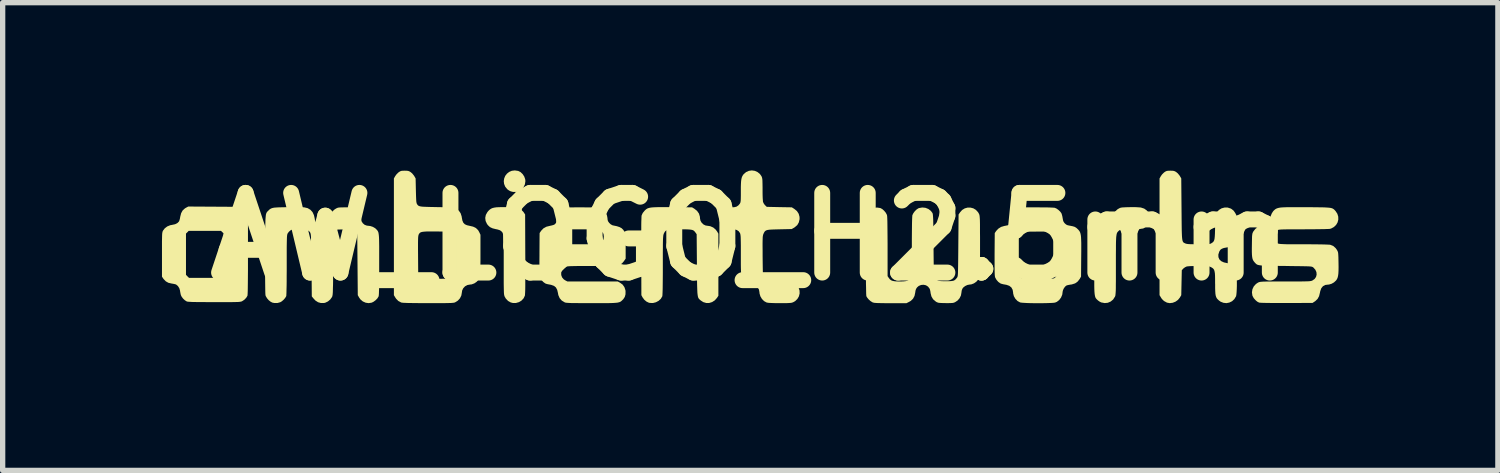
<source format=kicad_pcb>
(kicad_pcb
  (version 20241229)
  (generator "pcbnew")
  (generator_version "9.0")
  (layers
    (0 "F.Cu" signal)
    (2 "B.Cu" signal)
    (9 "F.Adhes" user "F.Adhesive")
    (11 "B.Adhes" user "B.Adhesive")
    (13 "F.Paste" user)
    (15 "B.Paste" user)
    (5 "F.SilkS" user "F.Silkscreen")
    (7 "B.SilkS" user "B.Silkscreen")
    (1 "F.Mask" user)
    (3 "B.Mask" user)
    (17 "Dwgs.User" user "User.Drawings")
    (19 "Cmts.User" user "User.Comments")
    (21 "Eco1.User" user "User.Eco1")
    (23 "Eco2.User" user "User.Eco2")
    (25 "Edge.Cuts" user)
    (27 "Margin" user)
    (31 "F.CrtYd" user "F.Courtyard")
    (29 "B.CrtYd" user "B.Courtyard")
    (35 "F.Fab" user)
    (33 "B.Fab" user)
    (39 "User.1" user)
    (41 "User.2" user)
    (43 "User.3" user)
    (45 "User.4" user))
  (footprint "AW_LOGO_H2.5mm"
    (layer "F.Cu")
    (at 11.075 1.404)
    (property "Reference" "AW_LOGO_H2.5mm" (at 0 0 0) (layer "F.SilkS") (effects (font (size 1.5 1.5) (thickness 0.3))))
    (attr board_only exclude_from_pos_files exclude_from_bom)
    (fp_poly (pts (xy -4.37 -1.236) (xy -4.368 -1.236) (xy -4.324 -1.214) (xy -4.285 -1.177) (xy -4.254 -1.131) (xy -4.236 -1.08) (xy -4.232 -1.044) (xy -4.241 -0.983) (xy -4.266 -0.93) (xy -4.303 -0.887) (xy -4.351 -0.857) (xy -4.405 -0.84) (xy -4.465 -0.84) (xy -4.508 -0.851) (xy -4.54 -0.867) (xy -4.571 -0.889) (xy -4.573 -0.891) (xy -4.612 -0.939) (xy -4.633 -0.991) (xy -4.639 -1.044) (xy -4.631 -1.095) (xy -4.611 -1.143) (xy -4.579 -1.184) (xy -4.537 -1.217) (xy -4.488 -1.238) (xy -4.431 -1.245)) (stroke (width 0) (type solid)) (fill yes) (layer "F.SilkS"))
    (fp_poly (pts (xy -4.573 -0.553) (xy -4.508 -0.552) (xy -4.458 -0.55) (xy -4.422 -0.549) (xy -4.396 -0.546) (xy -4.377 -0.542) (xy -4.361 -0.536) (xy -4.346 -0.528) (xy -4.336 -0.522) (xy -4.303 -0.498) (xy -4.274 -0.469) (xy -4.263 -0.455) (xy -4.237 -0.415) (xy -4.234 0.33) (xy -4.233 0.487) (xy -4.233 0.626) (xy -4.233 0.746) (xy -4.234 0.848) (xy -4.234 0.933) (xy -4.235 1.001) (xy -4.237 1.052) (xy -4.239 1.088) (xy -4.241 1.108) (xy -4.241 1.112) (xy -4.266 1.164) (xy -4.305 1.206) (xy -4.353 1.235) (xy -4.409 1.251) (xy -4.468 1.251) (xy -4.508 1.241) (xy -4.558 1.213) (xy -4.6 1.169) (xy -4.621 1.133) (xy -4.625 1.124) (xy -4.628 1.114) (xy -4.631 1.102) (xy -4.634 1.085) (xy -4.636 1.062) (xy -4.637 1.033) (xy -4.638 0.994) (xy -4.639 0.945) (xy -4.64 0.884) (xy -4.64 0.809) (xy -4.64 0.719) (xy -4.64 0.612) (xy -4.64 0.531) (xy -4.64 0.41) (xy -4.64 0.306) (xy -4.641 0.219) (xy -4.641 0.147) (xy -4.642 0.087) (xy -4.644 0.04) (xy -4.646 0.002) (xy -4.65 -0.026) (xy -4.654 -0.048) (xy -4.659 -0.065) (xy -4.665 -0.077) (xy -4.673 -0.087) (xy -4.682 -0.096) (xy -4.691 -0.105) (xy -4.718 -0.121) (xy -4.761 -0.134) (xy -4.788 -0.139) (xy -4.851 -0.155) (xy -4.9 -0.178) (xy -4.937 -0.213) (xy -4.955 -0.237) (xy -4.981 -0.293) (xy -4.988 -0.351) (xy -4.977 -0.407) (xy -4.947 -0.461) (xy -4.924 -0.488) (xy -4.901 -0.509) (xy -4.877 -0.525) (xy -4.849 -0.537) (xy -4.816 -0.545) (xy -4.773 -0.551) (xy -4.719 -0.553) (xy -4.65 -0.554)) (stroke (width 0) (type solid)) (fill yes) (layer "F.SilkS"))
    (fp_poly (pts (xy 7.266 -0.553) (xy 7.316 -0.55) (xy 7.353 -0.547) (xy 7.359 -0.546) (xy 7.42 -0.526) (xy 7.469 -0.491) (xy 7.505 -0.446) (xy 7.527 -0.391) (xy 7.532 -0.331) (xy 7.52 -0.269) (xy 7.504 -0.239) (xy 7.475 -0.205) (xy 7.441 -0.175) (xy 7.407 -0.154) (xy 7.405 -0.153) (xy 7.386 -0.149) (xy 7.351 -0.146) (xy 7.302 -0.142) (xy 7.242 -0.139) (xy 7.173 -0.137) (xy 7.104 -0.135) (xy 7.053 -0.133) (xy 7.015 -0.131) (xy 6.989 -0.129) (xy 6.97 -0.125) (xy 6.958 -0.12) (xy 6.948 -0.114) (xy 6.94 -0.107) (xy 6.93 -0.097) (xy 6.92 -0.087) (xy 6.913 -0.076) (xy 6.906 -0.062) (xy 6.901 -0.044) (xy 6.897 -0.019) (xy 6.893 0.012) (xy 6.891 0.053) (xy 6.889 0.104) (xy 6.888 0.168) (xy 6.888 0.245) (xy 6.887 0.337) (xy 6.887 0.446) (xy 6.887 0.537) (xy 6.887 0.656) (xy 6.887 0.757) (xy 6.887 0.841) (xy 6.886 0.911) (xy 6.886 0.968) (xy 6.885 1.013) (xy 6.883 1.048) (xy 6.881 1.075) (xy 6.879 1.095) (xy 6.877 1.111) (xy 6.874 1.122) (xy 6.87 1.131) (xy 6.869 1.133) (xy 6.835 1.186) (xy 6.789 1.224) (xy 6.735 1.247) (xy 6.676 1.253) (xy 6.614 1.241) (xy 6.611 1.241) (xy 6.58 1.225) (xy 6.548 1.202) (xy 6.541 1.195) (xy 6.528 1.183) (xy 6.518 1.172) (xy 6.508 1.159) (xy 6.501 1.145) (xy 6.495 1.126) (xy 6.49 1.102) (xy 6.486 1.071) (xy 6.483 1.032) (xy 6.481 0.983) (xy 6.48 0.922) (xy 6.48 0.848) (xy 6.48 0.76) (xy 6.48 0.656) (xy 6.481 0.534) (xy 6.481 0.509) (xy 6.484 -0.066) (xy 6.513 -0.109) (xy 6.556 -0.154) (xy 6.612 -0.185) (xy 6.681 -0.202) (xy 6.681 -0.202) (xy 6.737 -0.215) (xy 6.777 -0.236) (xy 6.805 -0.269) (xy 6.822 -0.315) (xy 6.829 -0.355) (xy 6.844 -0.419) (xy 6.872 -0.47) (xy 6.914 -0.51) (xy 6.933 -0.522) (xy 6.951 -0.532) (xy 6.968 -0.54) (xy 6.987 -0.545) (xy 7.012 -0.548) (xy 7.046 -0.55) (xy 7.094 -0.552) (xy 7.14 -0.553) (xy 7.205 -0.554)) (stroke (width 0) (type solid)) (fill yes) (layer "F.SilkS"))
    (fp_poly (pts (xy -10.082 -0.562) (xy -9.584 -0.559) (xy -9.542 -0.53) (xy -9.512 -0.503) (xy -9.486 -0.47) (xy -9.478 -0.458) (xy -9.456 -0.415) (xy -9.456 0.337) (xy -9.456 0.499) (xy -9.456 0.642) (xy -9.457 0.765) (xy -9.458 0.87) (xy -9.459 0.956) (xy -9.46 1.024) (xy -9.462 1.073) (xy -9.464 1.104) (xy -9.466 1.116) (xy -9.489 1.154) (xy -9.525 1.191) (xy -9.565 1.217) (xy -9.574 1.221) (xy -9.584 1.225) (xy -9.598 1.227) (xy -9.616 1.23) (xy -9.641 1.232) (xy -9.675 1.233) (xy -9.718 1.234) (xy -9.773 1.235) (xy -9.841 1.235) (xy -9.924 1.235) (xy -10.025 1.235) (xy -10.09 1.235) (xy -10.206 1.235) (xy -10.303 1.234) (xy -10.385 1.234) (xy -10.451 1.233) (xy -10.503 1.232) (xy -10.544 1.23) (xy -10.573 1.228) (xy -10.594 1.226) (xy -10.607 1.223) (xy -10.609 1.222) (xy -10.644 1.2) (xy -10.678 1.168) (xy -10.705 1.132) (xy -10.72 1.1) (xy -10.727 1.068) (xy -10.734 1.03) (xy -10.735 1.019) (xy -10.749 0.972) (xy -10.776 0.931) (xy -10.81 0.903) (xy -10.83 0.897) (xy -10.862 0.89) (xy -10.893 0.885) (xy -10.954 0.871) (xy -11.002 0.844) (xy -11.043 0.802) (xy -11.049 0.794) (xy -11.075 0.756) (xy -11.075 0.721) (xy -10.623 0.721) (xy -10.595 0.75) (xy -10.566 0.778) (xy -10.268 0.778) (xy -9.97 0.778) (xy -9.941 0.75) (xy -9.913 0.721) (xy -9.913 0.331) (xy -9.913 -0.059) (xy -9.939 -0.083) (xy -9.964 -0.107) (xy -10.268 -0.107) (xy -10.572 -0.107) (xy -10.597 -0.081) (xy -10.623 -0.056) (xy -10.623 0.333) (xy -10.623 0.721) (xy -11.075 0.721) (xy -11.075 0.341) (xy -11.075 0.241) (xy -11.075 0.157) (xy -11.075 0.09) (xy -11.074 0.036) (xy -11.073 -0.006) (xy -11.072 -0.038) (xy -11.07 -0.062) (xy -11.067 -0.079) (xy -11.064 -0.092) (xy -11.06 -0.103) (xy -11.055 -0.112) (xy -11.022 -0.155) (xy -10.976 -0.19) (xy -10.92 -0.213) (xy -10.887 -0.219) (xy -10.828 -0.232) (xy -10.782 -0.256) (xy -10.755 -0.284) (xy -10.746 -0.306) (xy -10.737 -0.339) (xy -10.731 -0.374) (xy -10.714 -0.44) (xy -10.686 -0.491) (xy -10.643 -0.53) (xy -10.623 -0.542) (xy -10.58 -0.565)) (stroke (width 0) (type solid)) (fill yes) (layer "F.SilkS"))
    (fp_poly (pts (xy -1.601 -0.554) (xy -1.502 -0.553) (xy -1.462 -0.553) (xy -1.094 -0.55) (xy -1.051 -0.524) (xy -1 -0.484) (xy -0.964 -0.433) (xy -0.946 -0.374) (xy -0.944 -0.341) (xy -0.935 -0.298) (xy -0.912 -0.259) (xy -0.878 -0.227) (xy -0.839 -0.208) (xy -0.812 -0.204) (xy -0.752 -0.195) (xy -0.695 -0.17) (xy -0.648 -0.13) (xy -0.622 -0.095) (xy -0.598 -0.054) (xy -0.598 0.531) (xy -0.598 1.115) (xy -0.625 1.156) (xy -0.666 1.202) (xy -0.716 1.234) (xy -0.771 1.251) (xy -0.827 1.251) (xy -0.882 1.235) (xy -0.93 1.204) (xy -0.943 1.193) (xy -0.955 1.182) (xy -0.965 1.171) (xy -0.973 1.159) (xy -0.98 1.143) (xy -0.985 1.122) (xy -0.989 1.095) (xy -0.993 1.06) (xy -0.995 1.015) (xy -0.997 0.96) (xy -0.999 0.891) (xy -1 0.809) (xy -1.001 0.711) (xy -1.001 0.596) (xy -1.002 0.535) (xy -1.007 -0.044) (xy -1.03 -0.076) (xy -1.044 -0.094) (xy -1.058 -0.108) (xy -1.075 -0.119) (xy -1.098 -0.126) (xy -1.129 -0.131) (xy -1.171 -0.134) (xy -1.226 -0.136) (xy -1.297 -0.136) (xy -1.325 -0.136) (xy -1.404 -0.136) (xy -1.466 -0.135) (xy -1.513 -0.131) (xy -1.549 -0.126) (xy -1.574 -0.118) (xy -1.593 -0.105) (xy -1.607 -0.089) (xy -1.619 -0.068) (xy -1.625 -0.056) (xy -1.629 -0.046) (xy -1.632 -0.035) (xy -1.635 -0.022) (xy -1.637 -0.003) (xy -1.639 0.021) (xy -1.641 0.053) (xy -1.642 0.094) (xy -1.643 0.146) (xy -1.643 0.211) (xy -1.644 0.289) (xy -1.644 0.384) (xy -1.644 0.495) (xy -1.644 0.542) (xy -1.644 0.681) (xy -1.645 0.801) (xy -1.646 0.903) (xy -1.647 0.986) (xy -1.649 1.05) (xy -1.651 1.095) (xy -1.653 1.12) (xy -1.654 1.125) (xy -1.682 1.173) (xy -1.724 1.211) (xy -1.775 1.238) (xy -1.831 1.252) (xy -1.889 1.25) (xy -1.91 1.245) (xy -1.953 1.224) (xy -1.993 1.19) (xy -2.024 1.148) (xy -2.026 1.145) (xy -2.048 1.104) (xy -2.05 0.372) (xy -2.051 0.218) (xy -2.051 0.084) (xy -2.051 -0.033) (xy -2.05 -0.132) (xy -2.05 -0.215) (xy -2.049 -0.282) (xy -2.047 -0.333) (xy -2.046 -0.371) (xy -2.044 -0.394) (xy -2.042 -0.402) (xy -2.022 -0.444) (xy -1.986 -0.488) (xy -1.986 -0.488) (xy -1.969 -0.504) (xy -1.953 -0.517) (xy -1.935 -0.528) (xy -1.913 -0.536) (xy -1.886 -0.543) (xy -1.851 -0.548) (xy -1.807 -0.551) (xy -1.752 -0.553) (xy -1.684 -0.554)) (stroke (width 0) (type solid)) (fill yes) (layer "F.SilkS"))
    (fp_poly (pts (xy -6.464 -1.239) (xy -6.436 -1.235) (xy -6.412 -1.225) (xy -6.394 -1.214) (xy -6.364 -1.189) (xy -6.337 -1.156) (xy -6.326 -1.141) (xy -6.299 -1.094) (xy -6.294 -0.865) (xy -6.292 -0.791) (xy -6.29 -0.733) (xy -6.288 -0.69) (xy -6.286 -0.659) (xy -6.282 -0.637) (xy -6.278 -0.621) (xy -6.272 -0.611) (xy -6.272 -0.61) (xy -6.263 -0.597) (xy -6.253 -0.586) (xy -6.241 -0.578) (xy -6.223 -0.571) (xy -6.2 -0.566) (xy -6.167 -0.562) (xy -6.123 -0.56) (xy -6.066 -0.558) (xy -5.994 -0.556) (xy -5.905 -0.555) (xy -5.895 -0.554) (xy -5.579 -0.55) (xy -5.533 -0.522) (xy -5.484 -0.485) (xy -5.451 -0.437) (xy -5.432 -0.378) (xy -5.429 -0.357) (xy -5.418 -0.3) (xy -5.4 -0.259) (xy -5.372 -0.231) (xy -5.332 -0.213) (xy -5.284 -0.202) (xy -5.216 -0.186) (xy -5.163 -0.16) (xy -5.123 -0.121) (xy -5.102 -0.085) (xy -5.078 -0.034) (xy -5.078 0.345) (xy -5.078 0.449) (xy -5.079 0.54) (xy -5.081 0.617) (xy -5.082 0.68) (xy -5.084 0.726) (xy -5.087 0.754) (xy -5.088 0.761) (xy -5.111 0.809) (xy -5.147 0.85) (xy -5.193 0.882) (xy -5.244 0.901) (xy -5.273 0.904) (xy -5.324 0.913) (xy -5.368 0.937) (xy -5.402 0.973) (xy -5.423 1.017) (xy -5.428 1.053) (xy -5.438 1.11) (xy -5.464 1.163) (xy -5.504 1.207) (xy -5.55 1.236) (xy -5.56 1.241) (xy -5.571 1.244) (xy -5.587 1.247) (xy -5.607 1.249) (xy -5.634 1.251) (xy -5.67 1.252) (xy -5.716 1.253) (xy -5.774 1.254) (xy -5.846 1.254) (xy -5.934 1.254) (xy -6.039 1.254) (xy -6.065 1.254) (xy -6.187 1.254) (xy -6.29 1.253) (xy -6.376 1.252) (xy -6.445 1.251) (xy -6.498 1.249) (xy -6.537 1.247) (xy -6.561 1.244) (xy -6.571 1.242) (xy -6.624 1.214) (xy -6.664 1.174) (xy -6.681 1.149) (xy -6.708 1.104) (xy -6.708 0.171) (xy -6.254 0.171) (xy -6.254 0.246) (xy -6.253 0.339) (xy -6.253 0.366) (xy -6.25 0.741) (xy -6.218 0.77) (xy -6.186 0.798) (xy -5.884 0.796) (xy -5.582 0.793) (xy -5.559 0.766) (xy -5.535 0.738) (xy -5.535 0.355) (xy -5.535 -0.029) (xy -5.564 -0.061) (xy -5.592 -0.092) (xy -5.874 -0.095) (xy -5.964 -0.096) (xy -6.037 -0.096) (xy -6.095 -0.095) (xy -6.139 -0.092) (xy -6.172 -0.088) (xy -6.196 -0.082) (xy -6.214 -0.073) (xy -6.226 -0.062) (xy -6.236 -0.047) (xy -6.24 -0.04) (xy -6.244 -0.03) (xy -6.247 -0.017) (xy -6.25 0.002) (xy -6.252 0.029) (xy -6.253 0.064) (xy -6.254 0.111) (xy -6.254 0.171) (xy -6.708 0.171) (xy -6.708 0.005) (xy -6.708 -1.094) (xy -6.683 -1.138) (xy -6.66 -1.17) (xy -6.629 -1.201) (xy -6.617 -1.211) (xy -6.592 -1.227) (xy -6.569 -1.236) (xy -6.542 -1.239) (xy -6.504 -1.24)) (stroke (width 0) (type solid)) (fill yes) (layer "F.SilkS"))
    (fp_poly (pts (xy 7.953 -1.239) (xy 7.981 -1.235) (xy 8.005 -1.225) (xy 8.023 -1.214) (xy 8.053 -1.189) (xy 8.08 -1.156) (xy 8.091 -1.141) (xy 8.118 -1.094) (xy 8.123 -0.515) (xy 8.124 -0.391) (xy 8.125 -0.284) (xy 8.126 -0.195) (xy 8.127 -0.12) (xy 8.129 -0.059) (xy 8.131 -0.009) (xy 8.134 0.029) (xy 8.138 0.059) (xy 8.143 0.081) (xy 8.149 0.096) (xy 8.156 0.107) (xy 8.165 0.115) (xy 8.176 0.121) (xy 8.188 0.127) (xy 8.194 0.13) (xy 8.209 0.135) (xy 8.227 0.139) (xy 8.254 0.142) (xy 8.29 0.144) (xy 8.338 0.145) (xy 8.403 0.146) (xy 8.441 0.146) (xy 8.511 0.146) (xy 8.565 0.145) (xy 8.605 0.144) (xy 8.634 0.142) (xy 8.654 0.139) (xy 8.669 0.135) (xy 8.681 0.129) (xy 8.684 0.127) (xy 8.704 0.114) (xy 8.719 0.102) (xy 8.73 0.086) (xy 8.739 0.066) (xy 8.745 0.038) (xy 8.749 -0.000396) (xy 8.752 -0.051) (xy 8.754 -0.117) (xy 8.755 -0.18) (xy 8.76 -0.415) (xy 8.787 -0.455) (xy 8.827 -0.5) (xy 8.877 -0.531) (xy 8.933 -0.546) (xy 8.991 -0.546) (xy 9.048 -0.528) (xy 9.064 -0.519) (xy 9.103 -0.488) (xy 9.132 -0.447) (xy 9.137 -0.438) (xy 9.165 -0.385) (xy 9.162 -0.155) (xy 9.159 0.075) (xy 9.131 0.115) (xy 9.096 0.155) (xy 9.055 0.183) (xy 9.001 0.201) (xy 8.972 0.206) (xy 8.919 0.216) (xy 8.882 0.23) (xy 8.855 0.249) (xy 8.837 0.277) (xy 8.833 0.285) (xy 8.816 0.34) (xy 8.818 0.389) (xy 8.836 0.431) (xy 8.871 0.464) (xy 8.921 0.487) (xy 8.963 0.496) (xy 9.031 0.511) (xy 9.085 0.54) (xy 9.125 0.581) (xy 9.149 0.625) (xy 9.155 0.649) (xy 9.159 0.689) (xy 9.162 0.741) (xy 9.164 0.801) (xy 9.165 0.866) (xy 9.165 0.931) (xy 9.163 0.992) (xy 9.16 1.047) (xy 9.156 1.091) (xy 9.151 1.121) (xy 9.149 1.126) (xy 9.117 1.179) (xy 9.075 1.218) (xy 9.024 1.243) (xy 8.969 1.254) (xy 8.913 1.248) (xy 8.859 1.227) (xy 8.826 1.203) (xy 8.805 1.183) (xy 8.788 1.164) (xy 8.776 1.141) (xy 8.767 1.114) (xy 8.761 1.078) (xy 8.758 1.032) (xy 8.756 0.972) (xy 8.756 0.896) (xy 8.755 0.88) (xy 8.755 0.801) (xy 8.754 0.739) (xy 8.751 0.691) (xy 8.745 0.656) (xy 8.737 0.629) (xy 8.725 0.61) (xy 8.709 0.595) (xy 8.688 0.582) (xy 8.677 0.576) (xy 8.661 0.569) (xy 8.645 0.563) (xy 8.626 0.559) (xy 8.6 0.557) (xy 8.564 0.555) (xy 8.516 0.555) (xy 8.452 0.555) (xy 8.444 0.555) (xy 8.383 0.555) (xy 8.326 0.556) (xy 8.278 0.558) (xy 8.241 0.561) (xy 8.22 0.564) (xy 8.22 0.564) (xy 8.19 0.578) (xy 8.161 0.599) (xy 8.156 0.604) (xy 8.128 0.634) (xy 8.123 0.869) (xy 8.118 1.104) (xy 8.091 1.15) (xy 8.056 1.193) (xy 8.01 1.226) (xy 7.957 1.247) (xy 7.902 1.254) (xy 7.851 1.245) (xy 7.846 1.243) (xy 7.793 1.214) (xy 7.754 1.176) (xy 7.736 1.149) (xy 7.709 1.104) (xy 7.709 0.005) (xy 7.709 -1.094) (xy 7.734 -1.138) (xy 7.757 -1.17) (xy 7.788 -1.201) (xy 7.8 -1.211) (xy 7.825 -1.227) (xy 7.848 -1.236) (xy 7.875 -1.239) (xy 7.913 -1.24)) (stroke (width 0) (type solid)) (fill yes) (layer "F.SilkS"))
    (fp_poly (pts (xy 5.475 -0.549) (xy 5.546 -0.549) (xy 5.61 -0.548) (xy 5.663 -0.546) (xy 5.704 -0.544) (xy 5.729 -0.542) (xy 5.733 -0.542) (xy 5.767 -0.528) (xy 5.804 -0.502) (xy 5.838 -0.47) (xy 5.862 -0.437) (xy 5.862 -0.437) (xy 5.87 -0.413) (xy 5.879 -0.378) (xy 5.885 -0.344) (xy 5.892 -0.305) (xy 5.902 -0.278) (xy 5.917 -0.257) (xy 5.927 -0.246) (xy 5.949 -0.227) (xy 5.972 -0.215) (xy 6.005 -0.207) (xy 6.027 -0.203) (xy 6.077 -0.193) (xy 6.114 -0.181) (xy 6.144 -0.162) (xy 6.173 -0.135) (xy 6.18 -0.128) (xy 6.193 -0.112) (xy 6.205 -0.095) (xy 6.214 -0.076) (xy 6.221 -0.053) (xy 6.227 -0.023) (xy 6.231 0.014) (xy 6.233 0.062) (xy 6.235 0.121) (xy 6.235 0.195) (xy 6.235 0.284) (xy 6.234 0.384) (xy 6.231 0.754) (xy 6.207 0.797) (xy 6.168 0.847) (xy 6.119 0.882) (xy 6.056 0.902) (xy 6.039 0.904) (xy 6.003 0.91) (xy 5.972 0.917) (xy 5.955 0.923) (xy 5.931 0.943) (xy 5.908 0.974) (xy 5.892 1.007) (xy 5.885 1.034) (xy 5.877 1.094) (xy 5.854 1.149) (xy 5.819 1.196) (xy 5.775 1.23) (xy 5.743 1.243) (xy 5.72 1.247) (xy 5.68 1.25) (xy 5.628 1.252) (xy 5.566 1.254) (xy 5.497 1.255) (xy 5.425 1.255) (xy 5.352 1.255) (xy 5.282 1.254) (xy 5.218 1.252) (xy 5.162 1.249) (xy 5.119 1.246) (xy 5.09 1.242) (xy 5.084 1.241) (xy 5.035 1.214) (xy 4.995 1.173) (xy 4.966 1.123) (xy 4.952 1.069) (xy 4.952 1.057) (xy 4.943 1.003) (xy 4.919 0.959) (xy 4.88 0.928) (xy 4.826 0.909) (xy 4.802 0.905) (xy 4.764 0.898) (xy 4.73 0.889) (xy 4.712 0.882) (xy 4.674 0.855) (xy 4.64 0.817) (xy 4.616 0.775) (xy 4.611 0.761) (xy 4.608 0.741) (xy 4.605 0.704) (xy 4.604 0.649) (xy 4.603 0.576) (xy 4.603 0.485) (xy 4.603 0.374) (xy 4.603 0.351) (xy 5.059 0.351) (xy 5.059 0.456) (xy 5.06 0.547) (xy 5.061 0.622) (xy 5.063 0.681) (xy 5.065 0.722) (xy 5.067 0.745) (xy 5.069 0.75) (xy 5.077 0.762) (xy 5.087 0.773) (xy 5.101 0.781) (xy 5.121 0.787) (xy 5.15 0.791) (xy 5.189 0.794) (xy 5.24 0.796) (xy 5.306 0.797) (xy 5.389 0.797) (xy 5.417 0.797) (xy 5.502 0.797) (xy 5.571 0.797) (xy 5.624 0.796) (xy 5.664 0.794) (xy 5.693 0.792) (xy 5.713 0.789) (xy 5.726 0.785) (xy 5.729 0.783) (xy 5.753 0.763) (xy 5.768 0.738) (xy 5.771 0.718) (xy 5.774 0.678) (xy 5.776 0.62) (xy 5.777 0.543) (xy 5.778 0.447) (xy 5.778 0.353) (xy 5.778 0.253) (xy 5.778 0.171) (xy 5.777 0.104) (xy 5.775 0.051) (xy 5.772 0.01) (xy 5.767 -0.02) (xy 5.761 -0.042) (xy 5.753 -0.058) (xy 5.742 -0.069) (xy 5.729 -0.077) (xy 5.715 -0.084) (xy 5.701 -0.088) (xy 5.683 -0.091) (xy 5.658 -0.094) (xy 5.623 -0.095) (xy 5.577 -0.096) (xy 5.518 -0.096) (xy 5.442 -0.096) (xy 5.397 -0.095) (xy 5.115 -0.092) (xy 5.087 -0.061) (xy 5.059 -0.029) (xy 5.059 0.351) (xy 4.603 0.351) (xy 4.603 0.33) (xy 4.606 -0.065) (xy 4.633 -0.105) (xy 4.673 -0.148) (xy 4.725 -0.181) (xy 4.785 -0.199) (xy 4.797 -0.201) (xy 4.855 -0.213) (xy 4.898 -0.236) (xy 4.927 -0.27) (xy 4.945 -0.32) (xy 4.952 -0.356) (xy 4.967 -0.42) (xy 4.995 -0.471) (xy 5.038 -0.511) (xy 5.056 -0.522) (xy 5.102 -0.55) (xy 5.399 -0.55)) (stroke (width 0) (type solid)) (fill yes) (layer "F.SilkS"))
    (fp_poly (pts (xy 0.087 -1.237) (xy 0.138 -1.215) (xy 0.183 -1.179) (xy 0.212 -1.138) (xy 0.219 -1.123) (xy 0.224 -1.108) (xy 0.228 -1.089) (xy 0.231 -1.065) (xy 0.232 -1.032) (xy 0.233 -0.986) (xy 0.234 -0.925) (xy 0.234 -0.891) (xy 0.234 -0.827) (xy 0.235 -0.769) (xy 0.237 -0.718) (xy 0.24 -0.678) (xy 0.242 -0.654) (xy 0.243 -0.651) (xy 0.257 -0.621) (xy 0.278 -0.592) (xy 0.283 -0.588) (xy 0.313 -0.559) (xy 0.549 -0.554) (xy 0.785 -0.55) (xy 0.832 -0.52) (xy 0.881 -0.48) (xy 0.914 -0.429) (xy 0.93 -0.371) (xy 0.931 -0.328) (xy 0.917 -0.267) (xy 0.888 -0.216) (xy 0.841 -0.176) (xy 0.83 -0.168) (xy 0.783 -0.141) (xy 0.554 -0.136) (xy 0.475 -0.134) (xy 0.412 -0.132) (xy 0.365 -0.129) (xy 0.329 -0.124) (xy 0.303 -0.116) (xy 0.285 -0.105) (xy 0.272 -0.091) (xy 0.261 -0.072) (xy 0.252 -0.053) (xy 0.247 -0.041) (xy 0.243 -0.028) (xy 0.24 -0.012) (xy 0.237 0.009) (xy 0.236 0.037) (xy 0.235 0.074) (xy 0.234 0.122) (xy 0.234 0.183) (xy 0.235 0.26) (xy 0.235 0.353) (xy 0.235 0.367) (xy 0.236 0.463) (xy 0.237 0.541) (xy 0.238 0.603) (xy 0.239 0.652) (xy 0.24 0.69) (xy 0.242 0.718) (xy 0.245 0.738) (xy 0.248 0.753) (xy 0.252 0.764) (xy 0.257 0.774) (xy 0.26 0.78) (xy 0.275 0.8) (xy 0.291 0.815) (xy 0.311 0.827) (xy 0.339 0.836) (xy 0.376 0.841) (xy 0.426 0.844) (xy 0.489 0.846) (xy 0.567 0.847) (xy 0.645 0.847) (xy 0.706 0.849) (xy 0.753 0.852) (xy 0.79 0.858) (xy 0.818 0.866) (xy 0.84 0.878) (xy 0.861 0.894) (xy 0.877 0.911) (xy 0.912 0.961) (xy 0.93 1.016) (xy 0.932 1.072) (xy 0.918 1.127) (xy 0.889 1.176) (xy 0.846 1.217) (xy 0.812 1.236) (xy 0.797 1.242) (xy 0.78 1.247) (xy 0.757 1.25) (xy 0.726 1.252) (xy 0.685 1.254) (xy 0.629 1.254) (xy 0.559 1.254) (xy 0.48 1.254) (xy 0.417 1.252) (xy 0.37 1.25) (xy 0.336 1.247) (xy 0.312 1.242) (xy 0.306 1.24) (xy 0.261 1.215) (xy 0.222 1.175) (xy 0.193 1.126) (xy 0.177 1.072) (xy 0.175 1.048) (xy 0.166 0.998) (xy 0.141 0.957) (xy 0.101 0.927) (xy 0.046 0.908) (xy 0.026 0.905) (xy -0.031 0.894) (xy -0.075 0.875) (xy -0.111 0.847) (xy -0.124 0.831) (xy -0.136 0.816) (xy -0.147 0.8) (xy -0.155 0.783) (xy -0.161 0.761) (xy -0.166 0.734) (xy -0.17 0.698) (xy -0.172 0.653) (xy -0.174 0.597) (xy -0.175 0.526) (xy -0.175 0.44) (xy -0.175 0.346) (xy -0.175 0.248) (xy -0.175 0.169) (xy -0.176 0.105) (xy -0.177 0.054) (xy -0.178 0.015) (xy -0.18 -0.014) (xy -0.183 -0.035) (xy -0.186 -0.05) (xy -0.19 -0.062) (xy -0.191 -0.065) (xy -0.216 -0.1) (xy -0.251 -0.123) (xy -0.301 -0.137) (xy -0.322 -0.14) (xy -0.367 -0.146) (xy -0.4 -0.157) (xy -0.43 -0.176) (xy -0.46 -0.203) (xy -0.497 -0.251) (xy -0.517 -0.307) (xy -0.518 -0.369) (xy -0.515 -0.389) (xy -0.494 -0.443) (xy -0.458 -0.488) (xy -0.41 -0.524) (xy -0.353 -0.547) (xy -0.291 -0.554) (xy -0.256 -0.563) (xy -0.222 -0.586) (xy -0.196 -0.616) (xy -0.189 -0.629) (xy -0.183 -0.642) (xy -0.18 -0.66) (xy -0.177 -0.685) (xy -0.176 -0.719) (xy -0.175 -0.767) (xy -0.175 -0.831) (xy -0.175 -0.85) (xy -0.175 -0.932) (xy -0.173 -0.996) (xy -0.17 -1.046) (xy -0.164 -1.085) (xy -0.156 -1.116) (xy -0.145 -1.141) (xy -0.13 -1.164) (xy -0.12 -1.176) (xy -0.076 -1.214) (xy -0.024 -1.237) (xy 0.032 -1.245)) (stroke (width 0) (type solid)) (fill yes) (layer "F.SilkS"))
    (fp_poly (pts (xy -3.095 -0.549) (xy -3.024 -0.549) (xy -2.96 -0.548) (xy -2.907 -0.546) (xy -2.866 -0.544) (xy -2.841 -0.542) (xy -2.837 -0.542) (xy -2.799 -0.526) (xy -2.761 -0.496) (xy -2.727 -0.458) (xy -2.703 -0.416) (xy -2.696 -0.397) (xy -2.689 -0.362) (xy -2.685 -0.33) (xy -2.685 -0.322) (xy -2.677 -0.29) (xy -2.655 -0.258) (xy -2.625 -0.23) (xy -2.592 -0.212) (xy -2.579 -0.209) (xy -2.511 -0.195) (xy -2.459 -0.178) (xy -2.419 -0.156) (xy -2.389 -0.126) (xy -2.364 -0.088) (xy -2.363 -0.086) (xy -2.357 -0.073) (xy -2.353 -0.058) (xy -2.349 -0.039) (xy -2.347 -0.012) (xy -2.346 0.025) (xy -2.345 0.074) (xy -2.345 0.138) (xy -2.344 0.183) (xy -2.344 0.416) (xy -2.376 0.463) (xy -2.41 0.503) (xy -2.45 0.532) (xy -2.451 0.532) (xy -2.493 0.554) (xy -2.966 0.555) (xy -3.075 0.555) (xy -3.166 0.555) (xy -3.241 0.555) (xy -3.301 0.556) (xy -3.35 0.557) (xy -3.387 0.558) (xy -3.416 0.56) (xy -3.438 0.562) (xy -3.454 0.565) (xy -3.466 0.568) (xy -3.477 0.572) (xy -3.48 0.573) (xy -3.52 0.601) (xy -3.546 0.638) (xy -3.558 0.681) (xy -3.557 0.726) (xy -3.541 0.769) (xy -3.511 0.805) (xy -3.483 0.824) (xy -3.441 0.846) (xy -2.967 0.846) (xy -2.493 0.846) (xy -2.451 0.869) (xy -2.401 0.905) (xy -2.367 0.954) (xy -2.348 1.012) (xy -2.346 1.03) (xy -2.347 1.089) (xy -2.361 1.138) (xy -2.388 1.179) (xy -2.396 1.187) (xy -2.41 1.201) (xy -2.424 1.214) (xy -2.437 1.224) (xy -2.454 1.233) (xy -2.474 1.239) (xy -2.5 1.245) (xy -2.534 1.248) (xy -2.576 1.251) (xy -2.63 1.253) (xy -2.696 1.254) (xy -2.777 1.254) (xy -2.874 1.254) (xy -2.982 1.254) (xy -3.093 1.254) (xy -3.187 1.254) (xy -3.264 1.253) (xy -3.327 1.253) (xy -3.377 1.252) (xy -3.416 1.25) (xy -3.445 1.248) (xy -3.466 1.246) (xy -3.482 1.243) (xy -3.492 1.24) (xy -3.492 1.239) (xy -3.547 1.206) (xy -3.587 1.16) (xy -3.612 1.102) (xy -3.619 1.063) (xy -3.633 1.004) (xy -3.657 0.959) (xy -3.694 0.929) (xy -3.746 0.91) (xy -3.771 0.905) (xy -3.809 0.898) (xy -3.843 0.889) (xy -3.859 0.882) (xy -3.896 0.855) (xy -3.93 0.817) (xy -3.954 0.775) (xy -3.959 0.761) (xy -3.963 0.741) (xy -3.965 0.703) (xy -3.967 0.647) (xy -3.968 0.572) (xy -3.968 0.479) (xy -3.967 0.367) (xy -3.967 0.329) (xy -3.965 -0.007) (xy -3.559 -0.007) (xy -3.554 0.039) (xy -3.535 0.082) (xy -3.5 0.117) (xy -3.46 0.146) (xy -3.158 0.146) (xy -3.073 0.146) (xy -3.005 0.146) (xy -2.952 0.145) (xy -2.912 0.144) (xy -2.882 0.142) (xy -2.861 0.14) (xy -2.845 0.136) (xy -2.834 0.132) (xy -2.824 0.127) (xy -2.823 0.127) (xy -2.784 0.093) (xy -2.761 0.052) (xy -2.755 -0.000053) (xy -2.756 -0.009) (xy -2.76 -0.042) (xy -2.769 -0.065) (xy -2.787 -0.087) (xy -2.8 -0.099) (xy -2.84 -0.136) (xy -3.147 -0.136) (xy -3.236 -0.136) (xy -3.308 -0.136) (xy -3.364 -0.135) (xy -3.406 -0.133) (xy -3.438 -0.131) (xy -3.46 -0.128) (xy -3.475 -0.125) (xy -3.482 -0.122) (xy -3.522 -0.091) (xy -3.548 -0.052) (xy -3.559 -0.007) (xy -3.965 -0.007) (xy -3.964 -0.066) (xy -3.935 -0.109) (xy -3.892 -0.154) (xy -3.836 -0.185) (xy -3.767 -0.202) (xy -3.767 -0.202) (xy -3.731 -0.21) (xy -3.698 -0.22) (xy -3.682 -0.228) (xy -3.658 -0.253) (xy -3.636 -0.289) (xy -3.623 -0.33) (xy -3.619 -0.358) (xy -3.609 -0.413) (xy -3.582 -0.464) (xy -3.54 -0.507) (xy -3.507 -0.529) (xy -3.495 -0.535) (xy -3.483 -0.539) (xy -3.468 -0.543) (xy -3.447 -0.546) (xy -3.419 -0.547) (xy -3.382 -0.549) (xy -3.332 -0.549) (xy -3.267 -0.55) (xy -3.186 -0.55) (xy -3.171 -0.55)) (stroke (width 0) (type solid)) (fill yes) (layer "F.SilkS"))
    (fp_poly (pts (xy 10.389 -0.553) (xy 10.469 -0.553) (xy 10.579 -0.552) (xy 10.671 -0.551) (xy 10.748 -0.55) (xy 10.81 -0.549) (xy 10.86 -0.546) (xy 10.9 -0.543) (xy 10.931 -0.539) (xy 10.954 -0.533) (xy 10.973 -0.525) (xy 10.988 -0.515) (xy 11.001 -0.504) (xy 11.014 -0.49) (xy 11.024 -0.479) (xy 11.057 -0.429) (xy 11.074 -0.374) (xy 11.075 -0.319) (xy 11.061 -0.265) (xy 11.033 -0.218) (xy 10.992 -0.179) (xy 10.94 -0.151) (xy 10.918 -0.145) (xy 10.901 -0.143) (xy 10.866 -0.142) (xy 10.817 -0.14) (xy 10.754 -0.139) (xy 10.68 -0.138) (xy 10.597 -0.137) (xy 10.507 -0.137) (xy 10.419 -0.136) (xy 10.312 -0.136) (xy 10.222 -0.136) (xy 10.149 -0.136) (xy 10.09 -0.135) (xy 10.043 -0.134) (xy 10.007 -0.133) (xy 9.981 -0.131) (xy 9.961 -0.129) (xy 9.947 -0.126) (xy 9.937 -0.123) (xy 9.928 -0.119) (xy 9.926 -0.117) (xy 9.888 -0.086) (xy 9.867 -0.047) (xy 9.86 0.004) (xy 9.86 0.004) (xy 9.864 0.046) (xy 9.878 0.079) (xy 9.882 0.086) (xy 9.892 0.099) (xy 9.901 0.11) (xy 9.912 0.12) (xy 9.925 0.127) (xy 9.943 0.133) (xy 9.968 0.138) (xy 10.001 0.141) (xy 10.043 0.143) (xy 10.097 0.145) (xy 10.164 0.146) (xy 10.246 0.146) (xy 10.345 0.146) (xy 10.426 0.146) (xy 10.552 0.146) (xy 10.661 0.147) (xy 10.752 0.148) (xy 10.825 0.15) (xy 10.879 0.152) (xy 10.915 0.154) (xy 10.929 0.157) (xy 10.983 0.18) (xy 11.026 0.219) (xy 11.05 0.253) (xy 11.058 0.268) (xy 11.065 0.283) (xy 11.07 0.299) (xy 11.073 0.321) (xy 11.075 0.352) (xy 11.077 0.393) (xy 11.078 0.449) (xy 11.079 0.496) (xy 11.08 0.58) (xy 11.079 0.647) (xy 11.076 0.7) (xy 11.07 0.742) (xy 11.062 0.774) (xy 11.051 0.8) (xy 11.036 0.823) (xy 11.031 0.829) (xy 10.993 0.864) (xy 10.947 0.89) (xy 10.899 0.904) (xy 10.882 0.905) (xy 10.828 0.912) (xy 10.786 0.935) (xy 10.755 0.973) (xy 10.735 1.028) (xy 10.729 1.058) (xy 10.713 1.123) (xy 10.685 1.174) (xy 10.643 1.215) (xy 10.631 1.223) (xy 10.59 1.25) (xy 10.103 1.252) (xy 9.993 1.252) (xy 9.893 1.252) (xy 9.804 1.251) (xy 9.729 1.25) (xy 9.667 1.249) (xy 9.621 1.247) (xy 9.593 1.245) (xy 9.584 1.244) (xy 9.549 1.226) (xy 9.514 1.196) (xy 9.482 1.159) (xy 9.461 1.12) (xy 9.457 1.11) (xy 9.449 1.05) (xy 9.458 0.992) (xy 9.484 0.938) (xy 9.524 0.894) (xy 9.562 0.868) (xy 9.573 0.863) (xy 9.583 0.859) (xy 9.595 0.856) (xy 9.611 0.853) (xy 9.632 0.851) (xy 9.66 0.849) (xy 9.697 0.848) (xy 9.744 0.847) (xy 9.804 0.847) (xy 9.878 0.846) (xy 9.968 0.846) (xy 10.076 0.846) (xy 10.077 0.846) (xy 10.186 0.846) (xy 10.276 0.846) (xy 10.351 0.846) (xy 10.411 0.845) (xy 10.459 0.844) (xy 10.496 0.843) (xy 10.525 0.842) (xy 10.546 0.839) (xy 10.562 0.837) (xy 10.574 0.833) (xy 10.584 0.829) (xy 10.589 0.827) (xy 10.63 0.798) (xy 10.656 0.76) (xy 10.667 0.716) (xy 10.663 0.67) (xy 10.643 0.625) (xy 10.608 0.586) (xy 10.6 0.579) (xy 10.593 0.575) (xy 10.585 0.571) (xy 10.575 0.568) (xy 10.56 0.565) (xy 10.538 0.563) (xy 10.509 0.561) (xy 10.47 0.56) (xy 10.42 0.559) (xy 10.358 0.558) (xy 10.28 0.557) (xy 10.187 0.556) (xy 10.08 0.554) (xy 9.966 0.553) (xy 9.87 0.552) (xy 9.789 0.551) (xy 9.723 0.55) (xy 9.67 0.548) (xy 9.628 0.545) (xy 9.595 0.541) (xy 9.57 0.536) (xy 9.551 0.53) (xy 9.536 0.522) (xy 9.524 0.512) (xy 9.513 0.501) (xy 9.5 0.487) (xy 9.496 0.482) (xy 9.48 0.462) (xy 9.468 0.441) (xy 9.459 0.416) (xy 9.453 0.384) (xy 9.449 0.343) (xy 9.447 0.29) (xy 9.447 0.222) (xy 9.448 0.157) (xy 9.449 0.088) (xy 9.45 0.035) (xy 9.451 -0.004) (xy 9.454 -0.032) (xy 9.457 -0.053) (xy 9.462 -0.069) (xy 9.469 -0.083) (xy 9.477 -0.099) (xy 9.478 -0.099) (xy 9.514 -0.145) (xy 9.563 -0.178) (xy 9.626 -0.198) (xy 9.654 -0.203) (xy 9.713 -0.219) (xy 9.756 -0.246) (xy 9.784 -0.284) (xy 9.796 -0.334) (xy 9.796 -0.348) (xy 9.804 -0.392) (xy 9.824 -0.439) (xy 9.852 -0.481) (xy 9.882 -0.509) (xy 9.898 -0.52) (xy 9.914 -0.528) (xy 9.934 -0.535) (xy 9.957 -0.541) (xy 9.987 -0.546) (xy 10.024 -0.549) (xy 10.071 -0.551) (xy 10.129 -0.553) (xy 10.2 -0.553) (xy 10.286 -0.553)) (stroke (width 0) (type solid)) (fill yes) (layer "F.SilkS"))
    (fp_poly (pts (xy 3.301 -0.541) (xy 3.356 -0.519) (xy 3.403 -0.483) (xy 3.433 -0.443) (xy 3.436 -0.435) (xy 3.439 -0.424) (xy 3.441 -0.408) (xy 3.443 -0.386) (xy 3.445 -0.356) (xy 3.447 -0.316) (xy 3.448 -0.266) (xy 3.449 -0.204) (xy 3.451 -0.127) (xy 3.452 -0.036) (xy 3.453 0.073) (xy 3.453 0.167) (xy 3.454 0.288) (xy 3.455 0.391) (xy 3.456 0.477) (xy 3.457 0.549) (xy 3.458 0.607) (xy 3.46 0.653) (xy 3.461 0.689) (xy 3.463 0.717) (xy 3.465 0.737) (xy 3.467 0.751) (xy 3.47 0.761) (xy 3.474 0.768) (xy 3.478 0.774) (xy 3.478 0.775) (xy 3.499 0.8) (xy 3.518 0.818) (xy 3.54 0.83) (xy 3.569 0.837) (xy 3.608 0.84) (xy 3.662 0.841) (xy 3.687 0.841) (xy 3.747 0.841) (xy 3.791 0.838) (xy 3.824 0.833) (xy 3.848 0.823) (xy 3.868 0.807) (xy 3.887 0.785) (xy 3.895 0.775) (xy 3.9 0.768) (xy 3.903 0.761) (xy 3.906 0.752) (xy 3.909 0.738) (xy 3.911 0.718) (xy 3.913 0.691) (xy 3.914 0.656) (xy 3.915 0.61) (xy 3.916 0.553) (xy 3.917 0.482) (xy 3.918 0.397) (xy 3.919 0.295) (xy 3.92 0.176) (xy 3.92 0.166) (xy 3.925 -0.415) (xy 3.952 -0.455) (xy 3.992 -0.5) (xy 4.041 -0.53) (xy 4.094 -0.545) (xy 4.149 -0.545) (xy 4.203 -0.531) (xy 4.251 -0.502) (xy 4.291 -0.459) (xy 4.31 -0.426) (xy 4.314 -0.416) (xy 4.317 -0.405) (xy 4.32 -0.392) (xy 4.322 -0.373) (xy 4.324 -0.349) (xy 4.326 -0.318) (xy 4.327 -0.277) (xy 4.328 -0.225) (xy 4.328 -0.161) (xy 4.328 -0.082) (xy 4.329 0.012) (xy 4.329 0.123) (xy 4.329 0.17) (xy 4.329 0.304) (xy 4.328 0.422) (xy 4.327 0.523) (xy 4.326 0.607) (xy 4.324 0.674) (xy 4.322 0.723) (xy 4.32 0.753) (xy 4.319 0.761) (xy 4.296 0.809) (xy 4.26 0.85) (xy 4.214 0.882) (xy 4.164 0.901) (xy 4.134 0.904) (xy 4.091 0.912) (xy 4.049 0.932) (xy 4.014 0.959) (xy 3.997 0.982) (xy 3.984 1.016) (xy 3.979 1.052) (xy 3.979 1.055) (xy 3.969 1.11) (xy 3.944 1.161) (xy 3.906 1.205) (xy 3.859 1.236) (xy 3.835 1.246) (xy 3.807 1.251) (xy 3.762 1.253) (xy 3.705 1.254) (xy 3.666 1.253) (xy 3.613 1.252) (xy 3.574 1.25) (xy 3.547 1.247) (xy 3.528 1.241) (xy 3.511 1.234) (xy 3.494 1.223) (xy 3.445 1.181) (xy 3.414 1.128) (xy 3.398 1.066) (xy 3.398 1.064) (xy 3.393 1.028) (xy 3.385 0.996) (xy 3.379 0.981) (xy 3.35 0.943) (xy 3.311 0.918) (xy 3.266 0.908) (xy 3.219 0.912) (xy 3.175 0.93) (xy 3.144 0.957) (xy 3.127 0.982) (xy 3.116 1.009) (xy 3.109 1.048) (xy 3.109 1.054) (xy 3.095 1.119) (xy 3.067 1.171) (xy 3.026 1.211) (xy 2.995 1.229) (xy 2.944 1.255) (xy 2.642 1.255) (xy 2.556 1.255) (xy 2.487 1.254) (xy 2.433 1.253) (xy 2.392 1.252) (xy 2.361 1.25) (xy 2.338 1.248) (xy 2.321 1.244) (xy 2.307 1.24) (xy 2.301 1.237) (xy 2.265 1.214) (xy 2.23 1.182) (xy 2.201 1.146) (xy 2.188 1.122) (xy 2.187 1.108) (xy 2.185 1.076) (xy 2.184 1.027) (xy 2.183 0.962) (xy 2.181 0.882) (xy 2.181 0.789) (xy 2.18 0.684) (xy 2.179 0.568) (xy 2.179 0.443) (xy 2.179 0.354) (xy 2.179 0.212) (xy 2.179 0.089) (xy 2.179 -0.018) (xy 2.18 -0.109) (xy 2.18 -0.186) (xy 2.181 -0.251) (xy 2.183 -0.304) (xy 2.185 -0.346) (xy 2.188 -0.38) (xy 2.191 -0.407) (xy 2.195 -0.428) (xy 2.2 -0.443) (xy 2.206 -0.456) (xy 2.213 -0.466) (xy 2.222 -0.475) (xy 2.231 -0.485) (xy 2.275 -0.519) (xy 2.33 -0.54) (xy 2.389 -0.546) (xy 2.449 -0.537) (xy 2.455 -0.535) (xy 2.488 -0.517) (xy 2.522 -0.487) (xy 2.553 -0.45) (xy 2.573 -0.413) (xy 2.577 -0.402) (xy 2.58 -0.383) (xy 2.582 -0.344) (xy 2.584 -0.286) (xy 2.585 -0.21) (xy 2.586 -0.115) (xy 2.587 -0.002) (xy 2.588 0.129) (xy 2.588 0.191) (xy 2.588 0.746) (xy 2.61 0.778) (xy 2.631 0.805) (xy 2.655 0.824) (xy 2.687 0.836) (xy 2.728 0.843) (xy 2.784 0.846) (xy 2.816 0.846) (xy 2.88 0.845) (xy 2.928 0.84) (xy 2.963 0.83) (xy 2.99 0.815) (xy 3.013 0.792) (xy 3.023 0.778) (xy 3.045 0.746) (xy 3.045 0.191) (xy 3.045 0.052) (xy 3.046 -0.068) (xy 3.047 -0.171) (xy 3.048 -0.255) (xy 3.05 -0.321) (xy 3.052 -0.368) (xy 3.054 -0.396) (xy 3.055 -0.402) (xy 3.073 -0.439) (xy 3.101 -0.477) (xy 3.136 -0.511) (xy 3.171 -0.533) (xy 3.179 -0.536) (xy 3.241 -0.547)) (stroke (width 0) (type solid)) (fill yes) (layer "F.SilkS"))
    (fp_poly (pts (xy -8.511 -0.553) (xy -8.458 -0.552) (xy -8.419 -0.551) (xy -8.398 -0.55) (xy -8.333 -0.535) (xy -8.28 -0.504) (xy -8.24 -0.46) (xy -8.213 -0.401) (xy -8.2 -0.343) (xy -8.194 -0.305) (xy -8.186 -0.279) (xy -8.171 -0.258) (xy -8.158 -0.245) (xy -8.135 -0.224) (xy -8.113 -0.213) (xy -8.084 -0.208) (xy -8.067 -0.207) (xy -8.017 -0.209) (xy -7.977 -0.223) (xy -7.948 -0.25) (xy -7.927 -0.293) (xy -7.912 -0.353) (xy -7.91 -0.364) (xy -7.895 -0.425) (xy -7.867 -0.472) (xy -7.825 -0.51) (xy -7.801 -0.525) (xy -7.783 -0.535) (xy -7.765 -0.542) (xy -7.744 -0.546) (xy -7.716 -0.548) (xy -7.676 -0.549) (xy -7.622 -0.55) (xy -7.564 -0.549) (xy -7.522 -0.548) (xy -7.492 -0.545) (xy -7.47 -0.54) (xy -7.451 -0.532) (xy -7.449 -0.531) (xy -7.401 -0.497) (xy -7.362 -0.45) (xy -7.336 -0.393) (xy -7.325 -0.333) (xy -7.325 -0.326) (xy -7.316 -0.286) (xy -7.293 -0.25) (xy -7.259 -0.221) (xy -7.219 -0.206) (xy -7.202 -0.204) (xy -7.153 -0.198) (xy -7.104 -0.182) (xy -7.063 -0.158) (xy -7.046 -0.144) (xy -7.034 -0.131) (xy -7.023 -0.119) (xy -7.014 -0.107) (xy -7.007 -0.094) (xy -7 -0.077) (xy -6.996 -0.055) (xy -6.992 -0.027) (xy -6.989 0.009) (xy -6.987 0.055) (xy -6.986 0.112) (xy -6.985 0.182) (xy -6.985 0.266) (xy -6.985 0.365) (xy -6.985 0.482) (xy -6.985 0.525) (xy -6.985 0.651) (xy -6.985 0.758) (xy -6.986 0.849) (xy -6.986 0.924) (xy -6.987 0.985) (xy -6.989 1.034) (xy -6.99 1.071) (xy -6.992 1.099) (xy -6.994 1.118) (xy -6.997 1.129) (xy -6.998 1.131) (xy -7.019 1.165) (xy -7.052 1.199) (xy -7.091 1.228) (xy -7.126 1.245) (xy -7.183 1.254) (xy -7.239 1.246) (xy -7.293 1.222) (xy -7.338 1.184) (xy -7.364 1.147) (xy -7.388 1.104) (xy -7.393 0.524) (xy -7.398 -0.057) (xy -7.426 -0.086) (xy -7.447 -0.106) (xy -7.468 -0.12) (xy -7.494 -0.129) (xy -7.527 -0.134) (xy -7.572 -0.135) (xy -7.632 -0.135) (xy -7.64 -0.135) (xy -7.772 -0.131) (xy -7.809 -0.095) (xy -7.846 -0.058) (xy -7.851 0.523) (xy -7.852 0.644) (xy -7.853 0.747) (xy -7.853 0.834) (xy -7.854 0.906) (xy -7.856 0.964) (xy -7.857 1.011) (xy -7.858 1.048) (xy -7.86 1.076) (xy -7.862 1.097) (xy -7.865 1.113) (xy -7.868 1.125) (xy -7.871 1.134) (xy -7.876 1.143) (xy -7.876 1.143) (xy -7.907 1.186) (xy -7.95 1.222) (xy -7.997 1.245) (xy -8.021 1.251) (xy -8.082 1.252) (xy -8.136 1.237) (xy -8.186 1.205) (xy -8.224 1.164) (xy -8.254 1.127) (xy -8.259 0.541) (xy -8.26 0.417) (xy -8.261 0.31) (xy -8.262 0.22) (xy -8.263 0.145) (xy -8.265 0.083) (xy -8.267 0.033) (xy -8.27 -0.006) (xy -8.273 -0.036) (xy -8.278 -0.059) (xy -8.284 -0.075) (xy -8.292 -0.087) (xy -8.301 -0.097) (xy -8.311 -0.104) (xy -8.324 -0.112) (xy -8.332 -0.117) (xy -8.347 -0.125) (xy -8.365 -0.13) (xy -8.389 -0.134) (xy -8.423 -0.135) (xy -8.472 -0.136) (xy -8.495 -0.136) (xy -8.549 -0.136) (xy -8.587 -0.135) (xy -8.614 -0.132) (xy -8.632 -0.128) (xy -8.647 -0.121) (xy -8.658 -0.114) (xy -8.685 -0.09) (xy -8.707 -0.061) (xy -8.708 -0.059) (xy -8.712 -0.05) (xy -8.715 -0.041) (xy -8.718 -0.027) (xy -8.72 -0.01) (xy -8.722 0.015) (xy -8.723 0.047) (xy -8.724 0.089) (xy -8.725 0.142) (xy -8.726 0.208) (xy -8.726 0.288) (xy -8.726 0.384) (xy -8.726 0.497) (xy -8.726 0.537) (xy -8.726 0.648) (xy -8.727 0.751) (xy -8.727 0.844) (xy -8.728 0.927) (xy -8.73 0.997) (xy -8.731 1.053) (xy -8.733 1.094) (xy -8.734 1.117) (xy -8.735 1.122) (xy -8.755 1.156) (xy -8.786 1.192) (xy -8.822 1.222) (xy -8.848 1.237) (xy -8.902 1.252) (xy -8.962 1.251) (xy -8.997 1.244) (xy -9.03 1.227) (xy -9.066 1.198) (xy -9.097 1.162) (xy -9.119 1.125) (xy -9.125 1.11) (xy -9.127 1.094) (xy -9.129 1.061) (xy -9.13 1.011) (xy -9.131 0.945) (xy -9.132 0.862) (xy -9.133 0.76) (xy -9.133 0.641) (xy -9.133 0.503) (xy -9.133 0.346) (xy -9.132 0.334) (xy -9.132 0.194) (xy -9.132 0.072) (xy -9.131 -0.033) (xy -9.13 -0.122) (xy -9.13 -0.197) (xy -9.128 -0.26) (xy -9.127 -0.312) (xy -9.124 -0.353) (xy -9.121 -0.386) (xy -9.118 -0.411) (xy -9.113 -0.431) (xy -9.107 -0.446) (xy -9.101 -0.457) (xy -9.093 -0.467) (xy -9.084 -0.477) (xy -9.073 -0.487) (xy -9.07 -0.49) (xy -9.053 -0.507) (xy -9.035 -0.52) (xy -9.016 -0.53) (xy -8.992 -0.538) (xy -8.962 -0.544) (xy -8.921 -0.547) (xy -8.869 -0.55) (xy -8.802 -0.551) (xy -8.718 -0.553) (xy -8.716 -0.553) (xy -8.644 -0.553) (xy -8.574 -0.554)) (stroke (width 0) (type solid)) (fill yes) (layer "F.SilkS")))
  (gr_rect
    (start -3 -3)
    (end 25.155 5.808)
    (stroke (width 0.1) (type default))
    (fill no)
    (layer "Edge.Cuts")))
</source>
